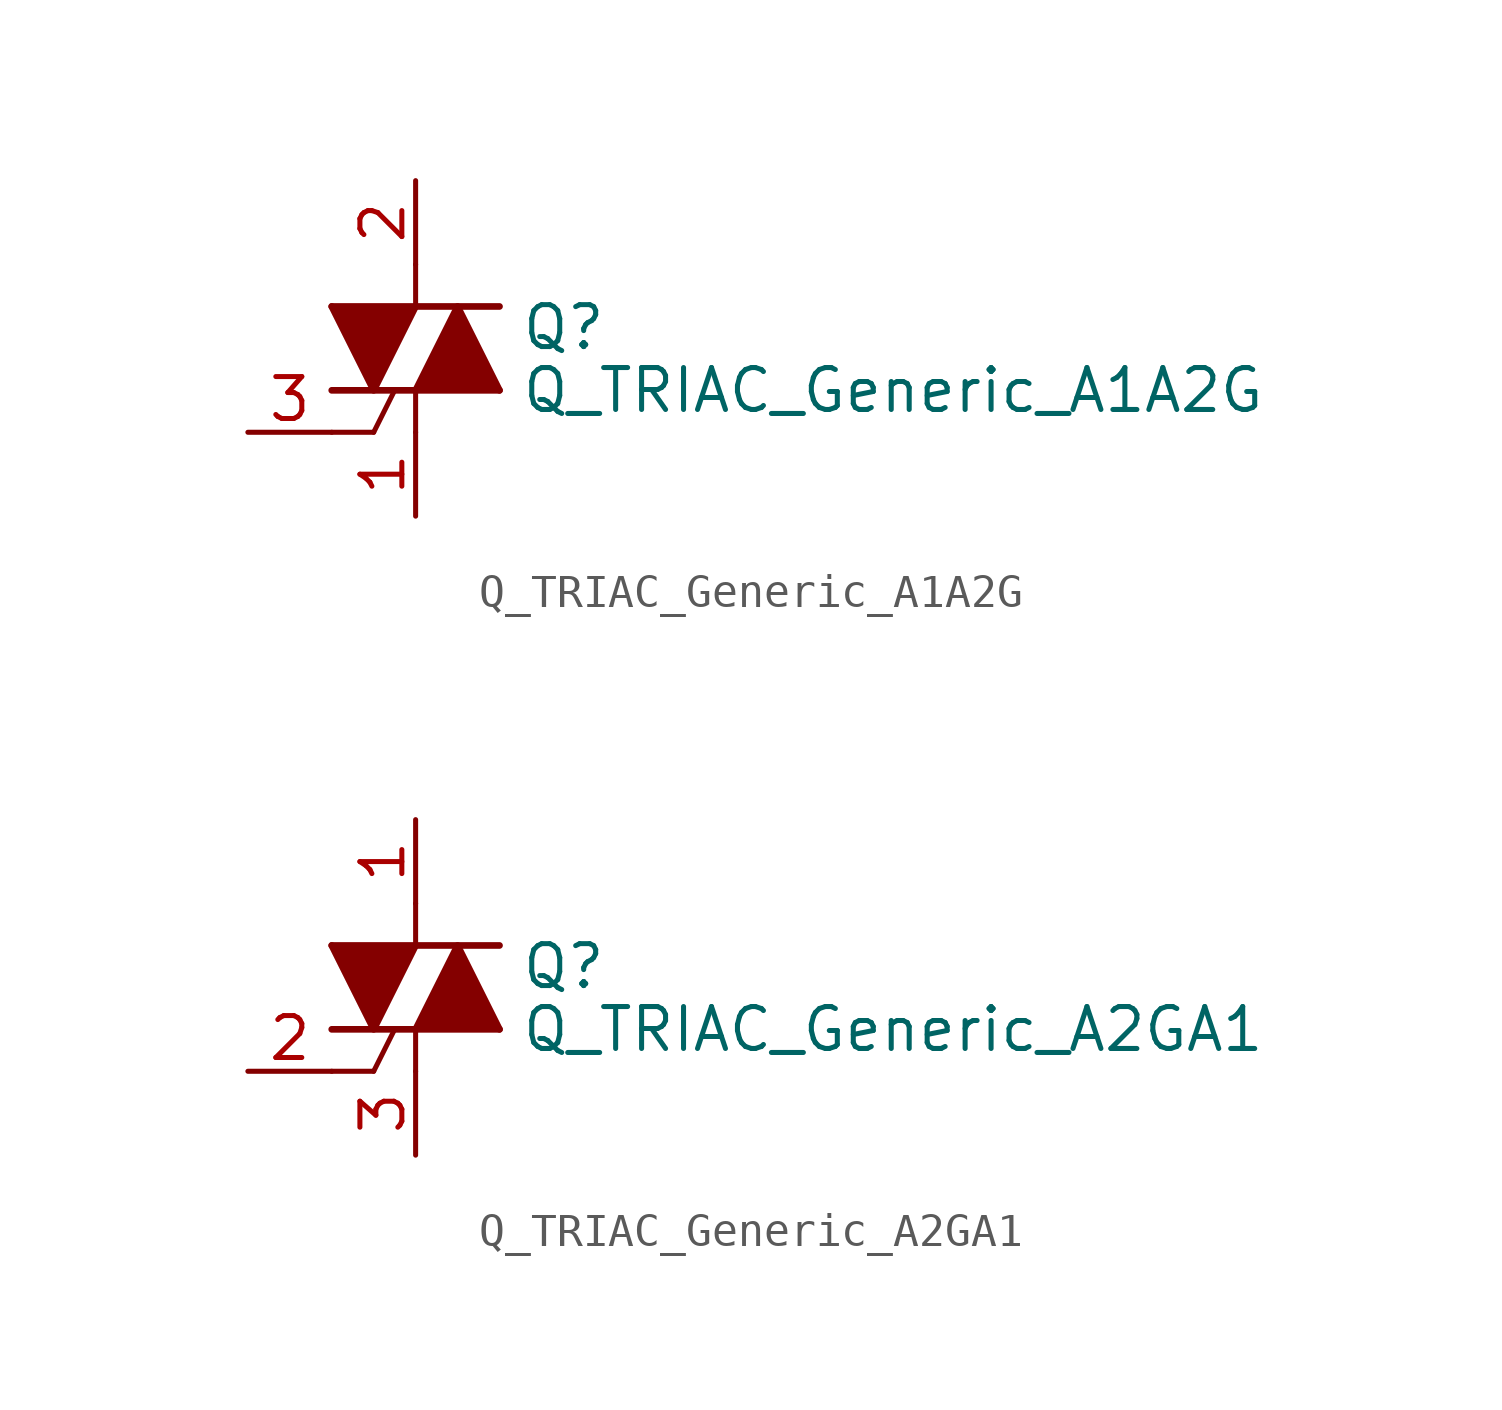
<source format=kicad_sym>
(kicad_symbol_lib
  (version 20211014)
  (generator kicad_symbol_editor)
  (symbol "Triac_AKL:Q_TRIAC_Generic_A1A2G"
    (pin_names
      (offset 0.002) hide)
    (property "Reference" "Q"
      (at 3.175 0.635 0)
      (effects (font (size 1.27 1.27)) (justify left)))
    (property "Value" "Q_TRIAC_Generic_A1A2G"
      (at 3.175 -1.27 0)
      (effects (font (size 1.27 1.27)) (justify left)))
    (symbol "Q_TRIAC_Generic_A1A2G_0_1"
      (polyline (pts (xy -2.54 -2.54) (xy -1.27 -2.54)) (stroke (width 0.152) (type default) (color 0 0 0 0)) (fill (type none)))
      (polyline (pts (xy -2.54 -1.27) (xy 2.54 -1.27)) (stroke (width 0.203) (type default) (color 0 0 0 0)) (fill (type none)))
      (polyline (pts (xy -2.54 1.27) (xy 2.54 1.27)) (stroke (width 0.203) (type default) (color 0 0 0 0)) (fill (type none)))
      (polyline (pts (xy -1.27 -2.54) (xy -0.635 -1.27)) (stroke (width 0) (type default) (color 0 0 0 0)) (fill (type none)))
      (polyline (pts (xy 0 -2.54) (xy 0 -1.27)) (stroke (width 0.152) (type default) (color 0 0 0 0)) (fill (type none)))
      (polyline (pts (xy 0 2.54) (xy 0 1.27)) (stroke (width 0.152) (type default) (color 0 0 0 0)) (fill (type none)))
      (polyline (pts (xy -2.54 1.27) (xy -1.27 -1.27) (xy 0 1.27)) (stroke (width 0.203) (type default) (color 0 0 0 0)) (fill (type outline)))
      (polyline (pts (xy 0 -1.27) (xy 1.27 1.27) (xy 2.54 -1.27)) (stroke (width 0.203) (type default) (color 0 0 0 0)) (fill (type outline))))
    (symbol "Q_TRIAC_Generic_A1A2G_1_1"
      (pin passive line (at 0 -5.08 90) (length 2.54) (name "A1" (effects (font (size 0.635 0.635)))) (number "1" (effects (font (size 1.27 1.27)))))
      (pin passive line (at 0 5.08 270) (length 2.54) (name "A2" (effects (font (size 0.635 0.635)))) (number "2" (effects (font (size 1.27 1.27)))))
      (pin input line (at -5.08 -2.54 0) (length 2.54) (name "G" (effects (font (size 0.635 0.635)))) (number "3" (effects (font (size 1.27 1.27)))))))
  (symbol "Triac_AKL:Q_TRIAC_Generic_A2GA1"
    (pin_names
      (offset 0.002) hide)
    (property "Reference" "Q"
      (at 3.175 0.635 0)
      (effects (font (size 1.27 1.27)) (justify left)))
    (property "Value" "Q_TRIAC_Generic_A2GA1"
      (at 3.175 -1.27 0)
      (effects (font (size 1.27 1.27)) (justify left)))
    (symbol "Q_TRIAC_Generic_A2GA1_0_1"
      (polyline (pts (xy -2.54 -2.54) (xy -1.27 -2.54)) (stroke (width 0.152) (type default) (color 0 0 0 0)) (fill (type none)))
      (polyline (pts (xy -2.54 -1.27) (xy 2.54 -1.27)) (stroke (width 0.203) (type default) (color 0 0 0 0)) (fill (type none)))
      (polyline (pts (xy -2.54 1.27) (xy 2.54 1.27)) (stroke (width 0.203) (type default) (color 0 0 0 0)) (fill (type none)))
      (polyline (pts (xy -1.27 -2.54) (xy -0.635 -1.27)) (stroke (width 0) (type default) (color 0 0 0 0)) (fill (type none)))
      (polyline (pts (xy 0 -2.54) (xy 0 -1.27)) (stroke (width 0.152) (type default) (color 0 0 0 0)) (fill (type none)))
      (polyline (pts (xy 0 2.54) (xy 0 1.27)) (stroke (width 0.152) (type default) (color 0 0 0 0)) (fill (type none)))
      (polyline (pts (xy -2.54 1.27) (xy -1.27 -1.27) (xy 0 1.27)) (stroke (width 0.203) (type default) (color 0 0 0 0)) (fill (type outline)))
      (polyline (pts (xy 0 -1.27) (xy 1.27 1.27) (xy 2.54 -1.27)) (stroke (width 0.203) (type default) (color 0 0 0 0)) (fill (type outline))))
    (symbol "Q_TRIAC_Generic_A2GA1_1_1"
      (pin passive line (at 0 5.08 270) (length 2.54) (name "A2" (effects (font (size 0.635 0.635)))) (number "1" (effects (font (size 1.27 1.27)))))
      (pin input line (at -5.08 -2.54 0) (length 2.54) (name "G" (effects (font (size 0.635 0.635)))) (number "2" (effects (font (size 1.27 1.27)))))
      (pin passive line (at 0 -5.08 90) (length 2.54) (name "A1" (effects (font (size 0.635 0.635)))) (number "3" (effects (font (size 1.27 1.27))))))))
</source>
